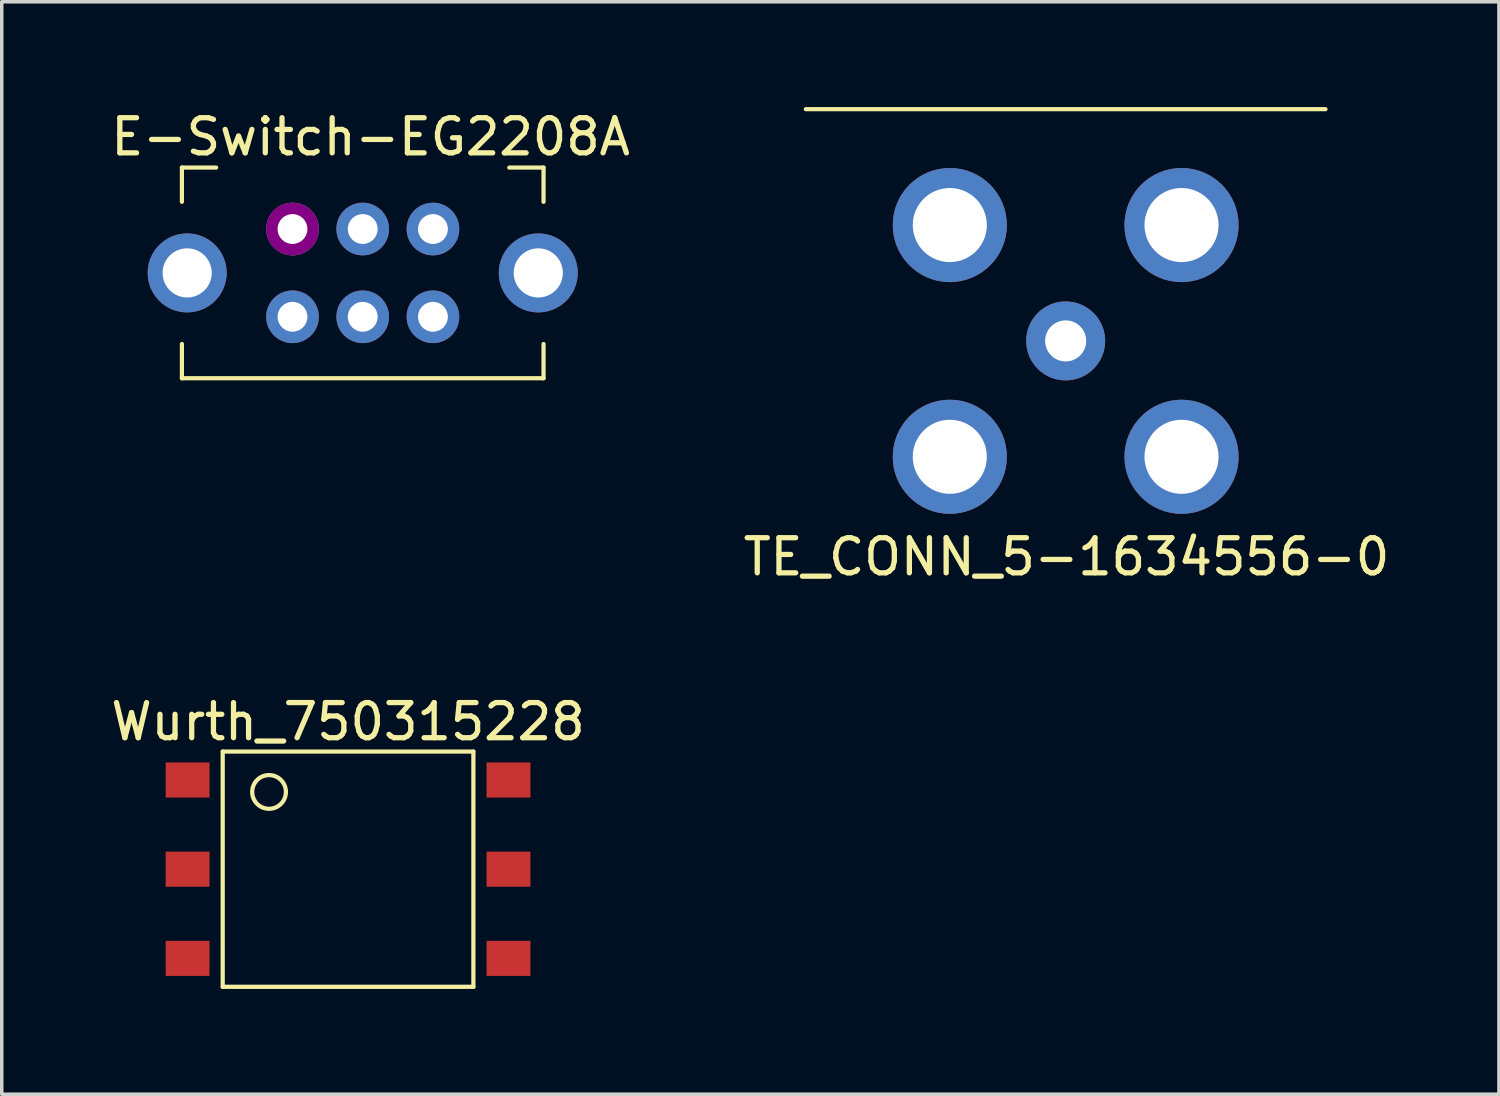
<source format=kicad_pcb>
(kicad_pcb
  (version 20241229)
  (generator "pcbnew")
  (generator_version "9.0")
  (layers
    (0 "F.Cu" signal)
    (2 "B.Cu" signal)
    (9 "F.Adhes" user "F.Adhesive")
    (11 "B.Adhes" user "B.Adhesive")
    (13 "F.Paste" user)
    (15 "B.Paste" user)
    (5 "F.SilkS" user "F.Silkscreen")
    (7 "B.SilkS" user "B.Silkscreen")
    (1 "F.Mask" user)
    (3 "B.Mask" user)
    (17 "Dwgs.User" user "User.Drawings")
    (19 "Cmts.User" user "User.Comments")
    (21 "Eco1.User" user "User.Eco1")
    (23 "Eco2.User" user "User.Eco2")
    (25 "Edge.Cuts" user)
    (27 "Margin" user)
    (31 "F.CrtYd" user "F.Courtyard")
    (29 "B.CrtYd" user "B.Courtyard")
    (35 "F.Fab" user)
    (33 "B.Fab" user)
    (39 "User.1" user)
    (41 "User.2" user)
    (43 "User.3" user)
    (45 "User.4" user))
  (footprint "Wurth_750315228"
    (layer "F.Cu")
    (at 6.863 21.706)
    (property "Reference" "Wurth_750315228" (at 0 -4.2 0) (layer "F.SilkS") (effects (font (size 1 1) (thickness 0.15))))
    (attr through_hole)
    (fp_line (start -3.57 -3.35) (end -3.57 3.35) (stroke (width 0.12) (type solid)) (layer "F.SilkS"))
    (fp_line (start -3.57 -3.35) (end 3.57 -3.35) (stroke (width 0.12) (type solid)) (layer "F.SilkS"))
    (fp_line (start 3.57 3.35) (end -3.57 3.35) (stroke (width 0.12) (type solid)) (layer "F.SilkS"))
    (fp_line (start 3.57 3.35) (end 3.57 -3.35) (stroke (width 0.12) (type solid)) (layer "F.SilkS"))
    (fp_circle (center -2.25 -2.2) (end -1.875 -1.9) (stroke (width 0.12) (type solid)) (fill no) (layer "F.SilkS"))
    (pad "1" smd rect (at -4.57 -2.54) (size 1.25 1) (layers "F.Cu" "F.Mask" "F.Paste"))
    (pad "2" smd rect (at -4.57 0) (size 1.25 1) (layers "F.Cu" "F.Mask" "F.Paste"))
    (pad "3" smd rect (at -4.57 2.54 180) (size 1.25 1) (layers "F.Cu" "F.Mask" "F.Paste"))
    (pad "4" smd rect (at 4.57 2.54 180) (size 1.25 1) (layers "F.Cu" "F.Mask" "F.Paste"))
    (pad "5" smd rect (at 4.57 0 180) (size 1.25 1) (layers "F.Cu" "F.Mask" "F.Paste"))
    (pad "6" smd rect (at 4.57 -2.54) (size 1.25 1) (layers "F.Cu" "F.Mask" "F.Paste")))
  (footprint "TE_CONN_5-1634556-0"
    (layer "F.Cu")
    (at 27.302 6.66)
    (property "Reference" "TE_CONN_5-1634556-0" (at 0.025 6.15 0) (layer "F.SilkS") (effects (font (size 1 1) (thickness 0.15))))
    (attr through_hole)
    (fp_line (start -7.4 -6.6) (end 7.4 -6.6) (stroke (width 0.12) (type solid)) (layer "F.SilkS"))
    (pad "1" thru_hole circle (at 0 0) (size 2.25 2.25) (drill 1.17) (layers "*.Cu" "*.Mask"))
    (pad "2" thru_hole circle (at -3.3 -3.3) (size 3.25 3.25) (drill 2.11) (layers "*.Cu" "*.Mask"))
    (pad "2" thru_hole circle (at -3.3 3.3) (size 3.25 3.25) (drill 2.11) (layers "*.Cu" "*.Mask"))
    (pad "2" thru_hole circle (at 3.3 -3.3) (size 3.25 3.25) (drill 2.11) (layers "*.Cu" "*.Mask"))
    (pad "2" thru_hole circle (at 3.3 3.3) (size 3.25 3.25) (drill 2.11) (layers "*.Cu" "*.Mask")))
  (footprint "E-Switch-EG2208A"
    (layer "F.Cu")
    (at 7.281 4.723)
    (property "Reference" "E-Switch-EG2208A" (at 0.225 -3.875 0) (layer "F.SilkS") (effects (font (size 1 1) (thickness 0.15))))
    (attr through_hole)
    (fp_line (start -5.15 -3) (end -5.15 -2.025) (stroke (width 0.12) (type solid)) (layer "F.SilkS"))
    (fp_line (start -5.15 -3) (end -4.175 -3) (stroke (width 0.12) (type solid)) (layer "F.SilkS"))
    (fp_line (start -5.15 3) (end -5.15 2.025) (stroke (width 0.12) (type solid)) (layer "F.SilkS"))
    (fp_line (start -5.15 3) (end 5.15 3) (stroke (width 0.12) (type solid)) (layer "F.SilkS"))
    (fp_line (start 5.15 -3) (end 4.175 -3) (stroke (width 0.12) (type solid)) (layer "F.SilkS"))
    (fp_line (start 5.15 -3) (end 5.15 -2.025) (stroke (width 0.12) (type solid)) (layer "F.SilkS"))
    (fp_line (start 5.15 3) (end 5.15 2.025) (stroke (width 0.12) (type solid)) (layer "F.SilkS"))
    (pad "0" thru_hole circle (at -5 0) (size 2.25 2.25) (drill 1.4) (layers "*.Cu" "*.Mask"))
    (pad "0" thru_hole circle (at 5 0 180) (size 2.25 2.25) (drill 1.4) (layers "*.Cu" "*.Mask"))
    (pad "1" thru_hole circle (at -2 -1.25) (size 1.5 1.5) (drill 0.85) (layers "*.Cu" "*.Mask" "F.Adhes"))
    (pad "2" thru_hole circle (at 0 -1.25) (size 1.5 1.5) (drill 0.85) (layers "*.Cu" "*.Mask"))
    (pad "3" thru_hole circle (at 2 -1.25) (size 1.5 1.5) (drill 0.85) (layers "*.Cu" "*.Mask"))
    (pad "4" thru_hole circle (at -2 1.25) (size 1.5 1.5) (drill 0.85) (layers "*.Cu" "*.Mask"))
    (pad "5" thru_hole circle (at 0 1.25) (size 1.5 1.5) (drill 0.85) (layers "*.Cu" "*.Mask"))
    (pad "6" thru_hole circle (at 2 1.25) (size 1.5 1.5) (drill 0.85) (layers "*.Cu" "*.Mask")))
  (gr_rect
    (start -3 -3)
    (end 39.643 28.116)
    (stroke (width 0.1) (type default))
    (fill no)
    (layer "Edge.Cuts")))
</source>
